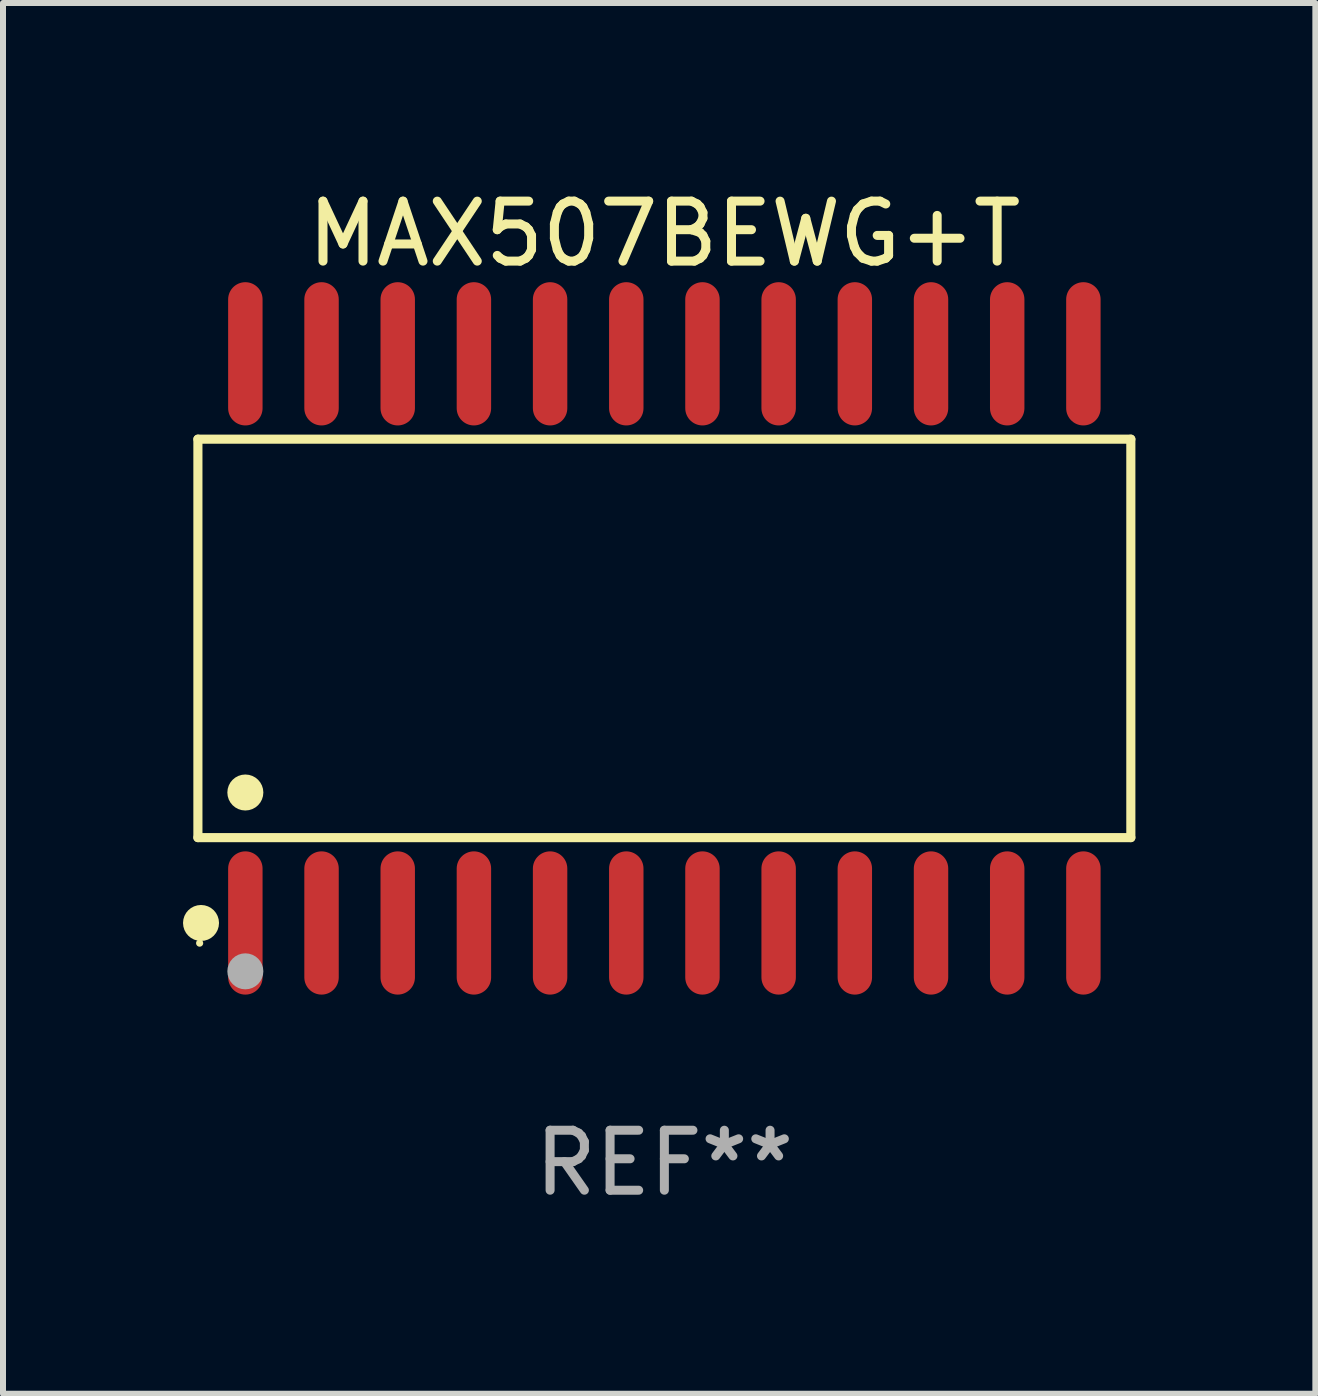
<source format=kicad_pcb>
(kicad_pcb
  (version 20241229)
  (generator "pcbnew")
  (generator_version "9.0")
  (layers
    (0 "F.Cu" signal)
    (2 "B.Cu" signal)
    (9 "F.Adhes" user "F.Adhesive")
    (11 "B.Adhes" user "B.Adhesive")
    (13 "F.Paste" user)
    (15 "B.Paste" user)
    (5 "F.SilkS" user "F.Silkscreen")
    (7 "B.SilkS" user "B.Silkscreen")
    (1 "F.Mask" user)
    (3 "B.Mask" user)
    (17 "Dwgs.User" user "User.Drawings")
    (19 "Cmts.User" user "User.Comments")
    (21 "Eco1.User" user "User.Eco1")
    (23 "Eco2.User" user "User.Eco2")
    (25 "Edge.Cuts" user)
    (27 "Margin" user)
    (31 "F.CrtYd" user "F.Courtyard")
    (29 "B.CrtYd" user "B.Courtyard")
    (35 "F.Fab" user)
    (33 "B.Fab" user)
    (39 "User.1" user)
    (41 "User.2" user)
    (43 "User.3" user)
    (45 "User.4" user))
  (footprint "MAX507BEWG+T"
    (layer "F.Cu")
    (at 8.025 7.592)
    (property "Reference" "MAX507BEWG+T" (at 0 -6.744 0) (layer "F.SilkS") (effects (font (size 1 1) (thickness 0.15))))
    (attr through_hole)
    (fp_line (start -7.776 -3.321) (end 7.776 -3.321) (stroke (width 0.152) (type solid)) (layer "F.SilkS"))
    (fp_line (start -7.776 3.321) (end -7.776 -3.321) (stroke (width 0.152) (type solid)) (layer "F.SilkS"))
    (fp_line (start 7.776 -3.321) (end 7.776 3.321) (stroke (width 0.152) (type solid)) (layer "F.SilkS"))
    (fp_line (start 7.776 3.321) (end -7.776 3.321) (stroke (width 0.152) (type solid)) (layer "F.SilkS"))
    (fp_circle (center -7.747 5.08) (end -7.717 5.08) (stroke (width 0.06) (type solid)) (fill no) (layer "F.SilkS"))
    (fp_circle (center -7.724 4.744) (end -7.574 4.744) (stroke (width 0.3) (type solid)) (fill no) (layer "F.SilkS"))
    (fp_circle (center -6.985 2.569) (end -6.835 2.569) (stroke (width 0.3) (type solid)) (fill no) (layer "F.SilkS"))
    (fp_circle (center -6.985 5.55) (end -6.835 5.55) (stroke (width 0.3) (type solid)) (fill no) (layer "F.Fab"))
    (fp_text user "REF**" (at 0 8.744 0) (layer "F.Fab") (effects (font (size 1 1) (thickness 0.15))))
    (pad "1" smd oval (at -6.985 4.744) (size 0.574 2.388) (layers "F.Cu" "F.Mask" "F.Paste"))
    (pad "2" smd oval (at -5.715 4.744) (size 0.574 2.388) (layers "F.Cu" "F.Mask" "F.Paste"))
    (pad "3" smd oval (at -4.445 4.744) (size 0.574 2.388) (layers "F.Cu" "F.Mask" "F.Paste"))
    (pad "4" smd oval (at -3.175 4.744) (size 0.574 2.388) (layers "F.Cu" "F.Mask" "F.Paste"))
    (pad "5" smd oval (at -1.905 4.744) (size 0.574 2.388) (layers "F.Cu" "F.Mask" "F.Paste"))
    (pad "6" smd oval (at -0.635 4.744) (size 0.574 2.388) (layers "F.Cu" "F.Mask" "F.Paste"))
    (pad "7" smd oval (at 0.635 4.744) (size 0.574 2.388) (layers "F.Cu" "F.Mask" "F.Paste"))
    (pad "8" smd oval (at 1.905 4.744) (size 0.574 2.388) (layers "F.Cu" "F.Mask" "F.Paste"))
    (pad "9" smd oval (at 3.175 4.744) (size 0.574 2.388) (layers "F.Cu" "F.Mask" "F.Paste"))
    (pad "10" smd oval (at 4.445 4.744) (size 0.574 2.388) (layers "F.Cu" "F.Mask" "F.Paste"))
    (pad "11" smd oval (at 5.715 4.744) (size 0.574 2.388) (layers "F.Cu" "F.Mask" "F.Paste"))
    (pad "12" smd oval (at 6.985 4.744) (size 0.574 2.388) (layers "F.Cu" "F.Mask" "F.Paste"))
    (pad "13" smd oval (at 6.985 -4.744) (size 0.574 2.388) (layers "F.Cu" "F.Mask" "F.Paste"))
    (pad "14" smd oval (at 5.715 -4.744) (size 0.574 2.388) (layers "F.Cu" "F.Mask" "F.Paste"))
    (pad "15" smd oval (at 4.445 -4.744) (size 0.574 2.388) (layers "F.Cu" "F.Mask" "F.Paste"))
    (pad "16" smd oval (at 3.175 -4.744) (size 0.574 2.388) (layers "F.Cu" "F.Mask" "F.Paste"))
    (pad "17" smd oval (at 1.905 -4.744) (size 0.574 2.388) (layers "F.Cu" "F.Mask" "F.Paste"))
    (pad "18" smd oval (at 0.635 -4.744) (size 0.574 2.388) (layers "F.Cu" "F.Mask" "F.Paste"))
    (pad "19" smd oval (at -0.635 -4.744) (size 0.574 2.388) (layers "F.Cu" "F.Mask" "F.Paste"))
    (pad "20" smd oval (at -1.905 -4.744) (size 0.574 2.388) (layers "F.Cu" "F.Mask" "F.Paste"))
    (pad "21" smd oval (at -3.175 -4.744) (size 0.574 2.388) (layers "F.Cu" "F.Mask" "F.Paste"))
    (pad "22" smd oval (at -4.445 -4.744) (size 0.574 2.388) (layers "F.Cu" "F.Mask" "F.Paste"))
    (pad "23" smd oval (at -5.715 -4.744) (size 0.574 2.388) (layers "F.Cu" "F.Mask" "F.Paste"))
    (pad "24" smd oval (at -6.985 -4.744) (size 0.574 2.388) (layers "F.Cu" "F.Mask" "F.Paste")))
  (gr_rect
    (start -3 -3)
    (end 18.877 20.184)
    (stroke (width 0.1) (type default))
    (fill no)
    (layer "Edge.Cuts")))
</source>
